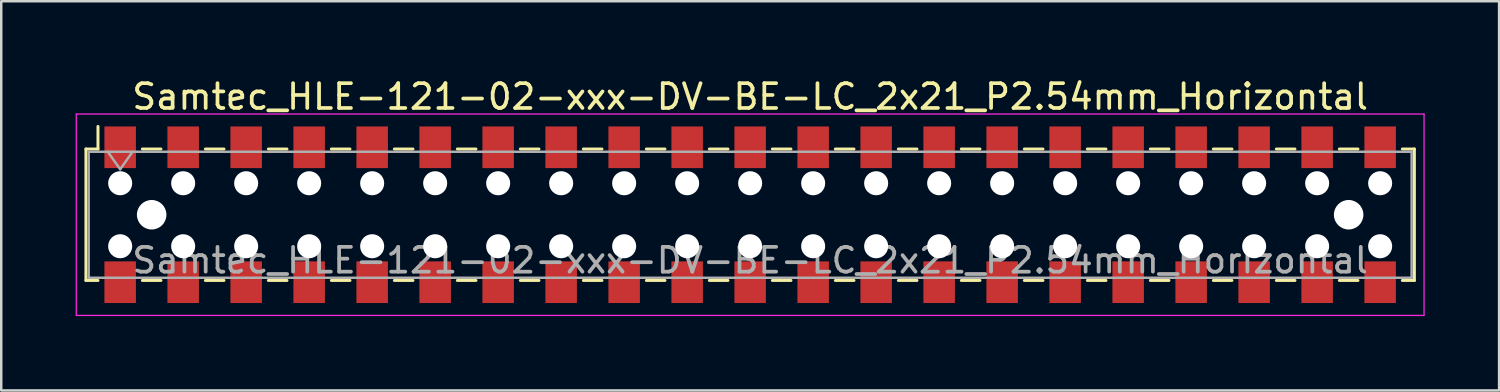
<source format=kicad_pcb>
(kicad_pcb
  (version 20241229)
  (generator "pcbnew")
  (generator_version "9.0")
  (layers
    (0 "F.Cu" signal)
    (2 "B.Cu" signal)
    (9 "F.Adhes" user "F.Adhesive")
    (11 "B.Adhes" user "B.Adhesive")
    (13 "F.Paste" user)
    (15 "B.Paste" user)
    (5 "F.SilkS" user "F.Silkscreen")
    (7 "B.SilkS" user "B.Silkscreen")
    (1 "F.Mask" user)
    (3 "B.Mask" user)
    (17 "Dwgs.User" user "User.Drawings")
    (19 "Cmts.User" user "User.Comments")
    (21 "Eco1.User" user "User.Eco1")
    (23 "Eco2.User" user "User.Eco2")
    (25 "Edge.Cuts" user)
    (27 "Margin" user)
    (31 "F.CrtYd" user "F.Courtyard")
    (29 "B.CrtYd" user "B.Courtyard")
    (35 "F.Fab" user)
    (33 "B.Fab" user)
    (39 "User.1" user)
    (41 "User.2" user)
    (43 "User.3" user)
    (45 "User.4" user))
  (footprint "Samtec_HLE-121-02-xxx-DV-BE-LC_2x21_P2.54mm_Horizontal"
    (layer "F.Cu")
    (at 27.195 5.608)
    (property "Reference" "Samtec_HLE-121-02-xxx-DV-BE-LC_2x21_P2.54mm_Horizontal" (at 0 -4.76 0) (layer "F.SilkS") (effects (font (size 1 1) (thickness 0.15))))
    (attr smd)
    (fp_line (start -26.78 -2.65) (end -26.78 2.65) (stroke (width 0.12) (type solid)) (layer "F.SilkS"))
    (fp_line (start -26.78 2.65) (end -26.295 2.65) (stroke (width 0.12) (type solid)) (layer "F.SilkS"))
    (fp_line (start -26.295 -3.56) (end -26.295 -2.65) (stroke (width 0.12) (type solid)) (layer "F.SilkS"))
    (fp_line (start -26.295 -2.65) (end -26.78 -2.65) (stroke (width 0.12) (type solid)) (layer "F.SilkS"))
    (fp_line (start -24.505 -2.65) (end -23.755 -2.65) (stroke (width 0.12) (type solid)) (layer "F.SilkS"))
    (fp_line (start -24.505 2.65) (end -23.755 2.65) (stroke (width 0.12) (type solid)) (layer "F.SilkS"))
    (fp_line (start -21.965 -2.65) (end -21.215 -2.65) (stroke (width 0.12) (type solid)) (layer "F.SilkS"))
    (fp_line (start -21.965 2.65) (end -21.215 2.65) (stroke (width 0.12) (type solid)) (layer "F.SilkS"))
    (fp_line (start -19.425 -2.65) (end -18.675 -2.65) (stroke (width 0.12) (type solid)) (layer "F.SilkS"))
    (fp_line (start -19.425 2.65) (end -18.675 2.65) (stroke (width 0.12) (type solid)) (layer "F.SilkS"))
    (fp_line (start -16.885 -2.65) (end -16.135 -2.65) (stroke (width 0.12) (type solid)) (layer "F.SilkS"))
    (fp_line (start -16.885 2.65) (end -16.135 2.65) (stroke (width 0.12) (type solid)) (layer "F.SilkS"))
    (fp_line (start -14.345 -2.65) (end -13.595 -2.65) (stroke (width 0.12) (type solid)) (layer "F.SilkS"))
    (fp_line (start -14.345 2.65) (end -13.595 2.65) (stroke (width 0.12) (type solid)) (layer "F.SilkS"))
    (fp_line (start -11.805 -2.65) (end -11.055 -2.65) (stroke (width 0.12) (type solid)) (layer "F.SilkS"))
    (fp_line (start -11.805 2.65) (end -11.055 2.65) (stroke (width 0.12) (type solid)) (layer "F.SilkS"))
    (fp_line (start -9.265 -2.65) (end -8.515 -2.65) (stroke (width 0.12) (type solid)) (layer "F.SilkS"))
    (fp_line (start -9.265 2.65) (end -8.515 2.65) (stroke (width 0.12) (type solid)) (layer "F.SilkS"))
    (fp_line (start -6.725 -2.65) (end -5.975 -2.65) (stroke (width 0.12) (type solid)) (layer "F.SilkS"))
    (fp_line (start -6.725 2.65) (end -5.975 2.65) (stroke (width 0.12) (type solid)) (layer "F.SilkS"))
    (fp_line (start -4.185 -2.65) (end -3.435 -2.65) (stroke (width 0.12) (type solid)) (layer "F.SilkS"))
    (fp_line (start -4.185 2.65) (end -3.435 2.65) (stroke (width 0.12) (type solid)) (layer "F.SilkS"))
    (fp_line (start -1.645 -2.65) (end -0.895 -2.65) (stroke (width 0.12) (type solid)) (layer "F.SilkS"))
    (fp_line (start -1.645 2.65) (end -0.895 2.65) (stroke (width 0.12) (type solid)) (layer "F.SilkS"))
    (fp_line (start 0.895 -2.65) (end 1.645 -2.65) (stroke (width 0.12) (type solid)) (layer "F.SilkS"))
    (fp_line (start 0.895 2.65) (end 1.645 2.65) (stroke (width 0.12) (type solid)) (layer "F.SilkS"))
    (fp_line (start 3.435 -2.65) (end 4.185 -2.65) (stroke (width 0.12) (type solid)) (layer "F.SilkS"))
    (fp_line (start 3.435 2.65) (end 4.185 2.65) (stroke (width 0.12) (type solid)) (layer "F.SilkS"))
    (fp_line (start 5.975 -2.65) (end 6.725 -2.65) (stroke (width 0.12) (type solid)) (layer "F.SilkS"))
    (fp_line (start 5.975 2.65) (end 6.725 2.65) (stroke (width 0.12) (type solid)) (layer "F.SilkS"))
    (fp_line (start 8.515 -2.65) (end 9.265 -2.65) (stroke (width 0.12) (type solid)) (layer "F.SilkS"))
    (fp_line (start 8.515 2.65) (end 9.265 2.65) (stroke (width 0.12) (type solid)) (layer "F.SilkS"))
    (fp_line (start 11.055 -2.65) (end 11.805 -2.65) (stroke (width 0.12) (type solid)) (layer "F.SilkS"))
    (fp_line (start 11.055 2.65) (end 11.805 2.65) (stroke (width 0.12) (type solid)) (layer "F.SilkS"))
    (fp_line (start 13.595 -2.65) (end 14.345 -2.65) (stroke (width 0.12) (type solid)) (layer "F.SilkS"))
    (fp_line (start 13.595 2.65) (end 14.345 2.65) (stroke (width 0.12) (type solid)) (layer "F.SilkS"))
    (fp_line (start 16.135 -2.65) (end 16.885 -2.65) (stroke (width 0.12) (type solid)) (layer "F.SilkS"))
    (fp_line (start 16.135 2.65) (end 16.885 2.65) (stroke (width 0.12) (type solid)) (layer "F.SilkS"))
    (fp_line (start 18.675 -2.65) (end 19.425 -2.65) (stroke (width 0.12) (type solid)) (layer "F.SilkS"))
    (fp_line (start 18.675 2.65) (end 19.425 2.65) (stroke (width 0.12) (type solid)) (layer "F.SilkS"))
    (fp_line (start 21.215 -2.65) (end 21.965 -2.65) (stroke (width 0.12) (type solid)) (layer "F.SilkS"))
    (fp_line (start 21.215 2.65) (end 21.965 2.65) (stroke (width 0.12) (type solid)) (layer "F.SilkS"))
    (fp_line (start 23.755 -2.65) (end 24.505 -2.65) (stroke (width 0.12) (type solid)) (layer "F.SilkS"))
    (fp_line (start 23.755 2.65) (end 24.505 2.65) (stroke (width 0.12) (type solid)) (layer "F.SilkS"))
    (fp_line (start 26.295 -2.65) (end 26.78 -2.65) (stroke (width 0.12) (type solid)) (layer "F.SilkS"))
    (fp_line (start 26.78 -2.65) (end 26.78 2.65) (stroke (width 0.12) (type solid)) (layer "F.SilkS"))
    (fp_line (start 26.78 2.65) (end 26.295 2.65) (stroke (width 0.12) (type solid)) (layer "F.SilkS"))
    (fp_line (start -27.17 -4.06) (end 27.17 -4.06) (stroke (width 0.05) (type solid)) (layer "F.CrtYd"))
    (fp_line (start -27.17 4.06) (end -27.17 -4.06) (stroke (width 0.05) (type solid)) (layer "F.CrtYd"))
    (fp_line (start 27.17 -4.06) (end 27.17 4.06) (stroke (width 0.05) (type solid)) (layer "F.CrtYd"))
    (fp_line (start 27.17 4.06) (end -27.17 4.06) (stroke (width 0.05) (type solid)) (layer "F.CrtYd"))
    (fp_line (start -26.67 -2.54) (end 26.67 -2.54) (stroke (width 0.1) (type solid)) (layer "F.Fab"))
    (fp_line (start -26.67 2.54) (end -26.67 -2.54) (stroke (width 0.1) (type solid)) (layer "F.Fab"))
    (fp_line (start -25.9 -2.54) (end -25.4 -1.833) (stroke (width 0.1) (type solid)) (layer "F.Fab"))
    (fp_line (start -25.4 -1.833) (end -24.9 -2.54) (stroke (width 0.1) (type solid)) (layer "F.Fab"))
    (fp_line (start 26.67 -2.54) (end 26.67 2.54) (stroke (width 0.1) (type solid)) (layer "F.Fab"))
    (fp_line (start 26.67 2.54) (end -26.67 2.54) (stroke (width 0.1) (type solid)) (layer "F.Fab"))
    (fp_text user "${REFERENCE}" (at 0 1.84 0) (layer "F.Fab") (effects (font (size 1 1) (thickness 0.15))))
    (pad "" np_thru_hole circle (at -25.4 -1.27) (size 0.97 0.97) (drill 0.97) (layers "*.Cu" "*.Mask"))
    (pad "" np_thru_hole circle (at -25.4 1.27) (size 0.97 0.97) (drill 0.97) (layers "*.Cu" "*.Mask"))
    (pad "" np_thru_hole circle (at -24.13 0) (size 1.19 1.19) (drill 1.19) (layers "*.Cu" "*.Mask"))
    (pad "" np_thru_hole circle (at -22.86 -1.27) (size 0.97 0.97) (drill 0.97) (layers "*.Cu" "*.Mask"))
    (pad "" np_thru_hole circle (at -22.86 1.27) (size 0.97 0.97) (drill 0.97) (layers "*.Cu" "*.Mask"))
    (pad "" np_thru_hole circle (at -20.32 -1.27) (size 0.97 0.97) (drill 0.97) (layers "*.Cu" "*.Mask"))
    (pad "" np_thru_hole circle (at -20.32 1.27) (size 0.97 0.97) (drill 0.97) (layers "*.Cu" "*.Mask"))
    (pad "" np_thru_hole circle (at -17.78 -1.27) (size 0.97 0.97) (drill 0.97) (layers "*.Cu" "*.Mask"))
    (pad "" np_thru_hole circle (at -17.78 1.27) (size 0.97 0.97) (drill 0.97) (layers "*.Cu" "*.Mask"))
    (pad "" np_thru_hole circle (at -15.24 -1.27) (size 0.97 0.97) (drill 0.97) (layers "*.Cu" "*.Mask"))
    (pad "" np_thru_hole circle (at -15.24 1.27) (size 0.97 0.97) (drill 0.97) (layers "*.Cu" "*.Mask"))
    (pad "" np_thru_hole circle (at -12.7 -1.27) (size 0.97 0.97) (drill 0.97) (layers "*.Cu" "*.Mask"))
    (pad "" np_thru_hole circle (at -12.7 1.27) (size 0.97 0.97) (drill 0.97) (layers "*.Cu" "*.Mask"))
    (pad "" np_thru_hole circle (at -10.16 -1.27) (size 0.97 0.97) (drill 0.97) (layers "*.Cu" "*.Mask"))
    (pad "" np_thru_hole circle (at -10.16 1.27) (size 0.97 0.97) (drill 0.97) (layers "*.Cu" "*.Mask"))
    (pad "" np_thru_hole circle (at -7.62 -1.27) (size 0.97 0.97) (drill 0.97) (layers "*.Cu" "*.Mask"))
    (pad "" np_thru_hole circle (at -7.62 1.27) (size 0.97 0.97) (drill 0.97) (layers "*.Cu" "*.Mask"))
    (pad "" np_thru_hole circle (at -5.08 -1.27) (size 0.97 0.97) (drill 0.97) (layers "*.Cu" "*.Mask"))
    (pad "" np_thru_hole circle (at -5.08 1.27) (size 0.97 0.97) (drill 0.97) (layers "*.Cu" "*.Mask"))
    (pad "" np_thru_hole circle (at -2.54 -1.27) (size 0.97 0.97) (drill 0.97) (layers "*.Cu" "*.Mask"))
    (pad "" np_thru_hole circle (at -2.54 1.27) (size 0.97 0.97) (drill 0.97) (layers "*.Cu" "*.Mask"))
    (pad "" np_thru_hole circle (at 0 -1.27) (size 0.97 0.97) (drill 0.97) (layers "*.Cu" "*.Mask"))
    (pad "" np_thru_hole circle (at 0 1.27) (size 0.97 0.97) (drill 0.97) (layers "*.Cu" "*.Mask"))
    (pad "" np_thru_hole circle (at 2.54 -1.27) (size 0.97 0.97) (drill 0.97) (layers "*.Cu" "*.Mask"))
    (pad "" np_thru_hole circle (at 2.54 1.27) (size 0.97 0.97) (drill 0.97) (layers "*.Cu" "*.Mask"))
    (pad "" np_thru_hole circle (at 5.08 -1.27) (size 0.97 0.97) (drill 0.97) (layers "*.Cu" "*.Mask"))
    (pad "" np_thru_hole circle (at 5.08 1.27) (size 0.97 0.97) (drill 0.97) (layers "*.Cu" "*.Mask"))
    (pad "" np_thru_hole circle (at 7.62 -1.27) (size 0.97 0.97) (drill 0.97) (layers "*.Cu" "*.Mask"))
    (pad "" np_thru_hole circle (at 7.62 1.27) (size 0.97 0.97) (drill 0.97) (layers "*.Cu" "*.Mask"))
    (pad "" np_thru_hole circle (at 10.16 -1.27) (size 0.97 0.97) (drill 0.97) (layers "*.Cu" "*.Mask"))
    (pad "" np_thru_hole circle (at 10.16 1.27) (size 0.97 0.97) (drill 0.97) (layers "*.Cu" "*.Mask"))
    (pad "" np_thru_hole circle (at 12.7 -1.27) (size 0.97 0.97) (drill 0.97) (layers "*.Cu" "*.Mask"))
    (pad "" np_thru_hole circle (at 12.7 1.27) (size 0.97 0.97) (drill 0.97) (layers "*.Cu" "*.Mask"))
    (pad "" np_thru_hole circle (at 15.24 -1.27) (size 0.97 0.97) (drill 0.97) (layers "*.Cu" "*.Mask"))
    (pad "" np_thru_hole circle (at 15.24 1.27) (size 0.97 0.97) (drill 0.97) (layers "*.Cu" "*.Mask"))
    (pad "" np_thru_hole circle (at 17.78 -1.27) (size 0.97 0.97) (drill 0.97) (layers "*.Cu" "*.Mask"))
    (pad "" np_thru_hole circle (at 17.78 1.27) (size 0.97 0.97) (drill 0.97) (layers "*.Cu" "*.Mask"))
    (pad "" np_thru_hole circle (at 20.32 -1.27) (size 0.97 0.97) (drill 0.97) (layers "*.Cu" "*.Mask"))
    (pad "" np_thru_hole circle (at 20.32 1.27) (size 0.97 0.97) (drill 0.97) (layers "*.Cu" "*.Mask"))
    (pad "" np_thru_hole circle (at 22.86 -1.27) (size 0.97 0.97) (drill 0.97) (layers "*.Cu" "*.Mask"))
    (pad "" np_thru_hole circle (at 22.86 1.27) (size 0.97 0.97) (drill 0.97) (layers "*.Cu" "*.Mask"))
    (pad "" np_thru_hole circle (at 24.13 0) (size 1.19 1.19) (drill 1.19) (layers "*.Cu" "*.Mask"))
    (pad "" np_thru_hole circle (at 25.4 -1.27) (size 0.97 0.97) (drill 0.97) (layers "*.Cu" "*.Mask"))
    (pad "" np_thru_hole circle (at 25.4 1.27) (size 0.97 0.97) (drill 0.97) (layers "*.Cu" "*.Mask"))
    (pad "1" smd rect (at -25.4 -2.72) (size 1.27 1.68) (layers "F.Cu" "F.Mask" "F.Paste"))
    (pad "2" smd rect (at -25.4 2.72) (size 1.27 1.68) (layers "F.Cu" "F.Mask" "F.Paste"))
    (pad "3" smd rect (at -22.86 -2.72) (size 1.27 1.68) (layers "F.Cu" "F.Mask" "F.Paste"))
    (pad "4" smd rect (at -22.86 2.72) (size 1.27 1.68) (layers "F.Cu" "F.Mask" "F.Paste"))
    (pad "5" smd rect (at -20.32 -2.72) (size 1.27 1.68) (layers "F.Cu" "F.Mask" "F.Paste"))
    (pad "6" smd rect (at -20.32 2.72) (size 1.27 1.68) (layers "F.Cu" "F.Mask" "F.Paste"))
    (pad "7" smd rect (at -17.78 -2.72) (size 1.27 1.68) (layers "F.Cu" "F.Mask" "F.Paste"))
    (pad "8" smd rect (at -17.78 2.72) (size 1.27 1.68) (layers "F.Cu" "F.Mask" "F.Paste"))
    (pad "9" smd rect (at -15.24 -2.72) (size 1.27 1.68) (layers "F.Cu" "F.Mask" "F.Paste"))
    (pad "10" smd rect (at -15.24 2.72) (size 1.27 1.68) (layers "F.Cu" "F.Mask" "F.Paste"))
    (pad "11" smd rect (at -12.7 -2.72) (size 1.27 1.68) (layers "F.Cu" "F.Mask" "F.Paste"))
    (pad "12" smd rect (at -12.7 2.72) (size 1.27 1.68) (layers "F.Cu" "F.Mask" "F.Paste"))
    (pad "13" smd rect (at -10.16 -2.72) (size 1.27 1.68) (layers "F.Cu" "F.Mask" "F.Paste"))
    (pad "14" smd rect (at -10.16 2.72) (size 1.27 1.68) (layers "F.Cu" "F.Mask" "F.Paste"))
    (pad "15" smd rect (at -7.62 -2.72) (size 1.27 1.68) (layers "F.Cu" "F.Mask" "F.Paste"))
    (pad "16" smd rect (at -7.62 2.72) (size 1.27 1.68) (layers "F.Cu" "F.Mask" "F.Paste"))
    (pad "17" smd rect (at -5.08 -2.72) (size 1.27 1.68) (layers "F.Cu" "F.Mask" "F.Paste"))
    (pad "18" smd rect (at -5.08 2.72) (size 1.27 1.68) (layers "F.Cu" "F.Mask" "F.Paste"))
    (pad "19" smd rect (at -2.54 -2.72) (size 1.27 1.68) (layers "F.Cu" "F.Mask" "F.Paste"))
    (pad "20" smd rect (at -2.54 2.72) (size 1.27 1.68) (layers "F.Cu" "F.Mask" "F.Paste"))
    (pad "21" smd rect (at 0 -2.72) (size 1.27 1.68) (layers "F.Cu" "F.Mask" "F.Paste"))
    (pad "22" smd rect (at 0 2.72) (size 1.27 1.68) (layers "F.Cu" "F.Mask" "F.Paste"))
    (pad "23" smd rect (at 2.54 -2.72) (size 1.27 1.68) (layers "F.Cu" "F.Mask" "F.Paste"))
    (pad "24" smd rect (at 2.54 2.72) (size 1.27 1.68) (layers "F.Cu" "F.Mask" "F.Paste"))
    (pad "25" smd rect (at 5.08 -2.72) (size 1.27 1.68) (layers "F.Cu" "F.Mask" "F.Paste"))
    (pad "26" smd rect (at 5.08 2.72) (size 1.27 1.68) (layers "F.Cu" "F.Mask" "F.Paste"))
    (pad "27" smd rect (at 7.62 -2.72) (size 1.27 1.68) (layers "F.Cu" "F.Mask" "F.Paste"))
    (pad "28" smd rect (at 7.62 2.72) (size 1.27 1.68) (layers "F.Cu" "F.Mask" "F.Paste"))
    (pad "29" smd rect (at 10.16 -2.72) (size 1.27 1.68) (layers "F.Cu" "F.Mask" "F.Paste"))
    (pad "30" smd rect (at 10.16 2.72) (size 1.27 1.68) (layers "F.Cu" "F.Mask" "F.Paste"))
    (pad "31" smd rect (at 12.7 -2.72) (size 1.27 1.68) (layers "F.Cu" "F.Mask" "F.Paste"))
    (pad "32" smd rect (at 12.7 2.72) (size 1.27 1.68) (layers "F.Cu" "F.Mask" "F.Paste"))
    (pad "33" smd rect (at 15.24 -2.72) (size 1.27 1.68) (layers "F.Cu" "F.Mask" "F.Paste"))
    (pad "34" smd rect (at 15.24 2.72) (size 1.27 1.68) (layers "F.Cu" "F.Mask" "F.Paste"))
    (pad "35" smd rect (at 17.78 -2.72) (size 1.27 1.68) (layers "F.Cu" "F.Mask" "F.Paste"))
    (pad "36" smd rect (at 17.78 2.72) (size 1.27 1.68) (layers "F.Cu" "F.Mask" "F.Paste"))
    (pad "37" smd rect (at 20.32 -2.72) (size 1.27 1.68) (layers "F.Cu" "F.Mask" "F.Paste"))
    (pad "38" smd rect (at 20.32 2.72) (size 1.27 1.68) (layers "F.Cu" "F.Mask" "F.Paste"))
    (pad "39" smd rect (at 22.86 -2.72) (size 1.27 1.68) (layers "F.Cu" "F.Mask" "F.Paste"))
    (pad "40" smd rect (at 22.86 2.72) (size 1.27 1.68) (layers "F.Cu" "F.Mask" "F.Paste"))
    (pad "41" smd rect (at 25.4 -2.72) (size 1.27 1.68) (layers "F.Cu" "F.Mask" "F.Paste"))
    (pad "42" smd rect (at 25.4 2.72) (size 1.27 1.68) (layers "F.Cu" "F.Mask" "F.Paste")))
  (gr_rect
    (start -3 -3)
    (end 57.39 12.693)
    (stroke (width 0.1) (type default))
    (fill no)
    (layer "Edge.Cuts")))
</source>
